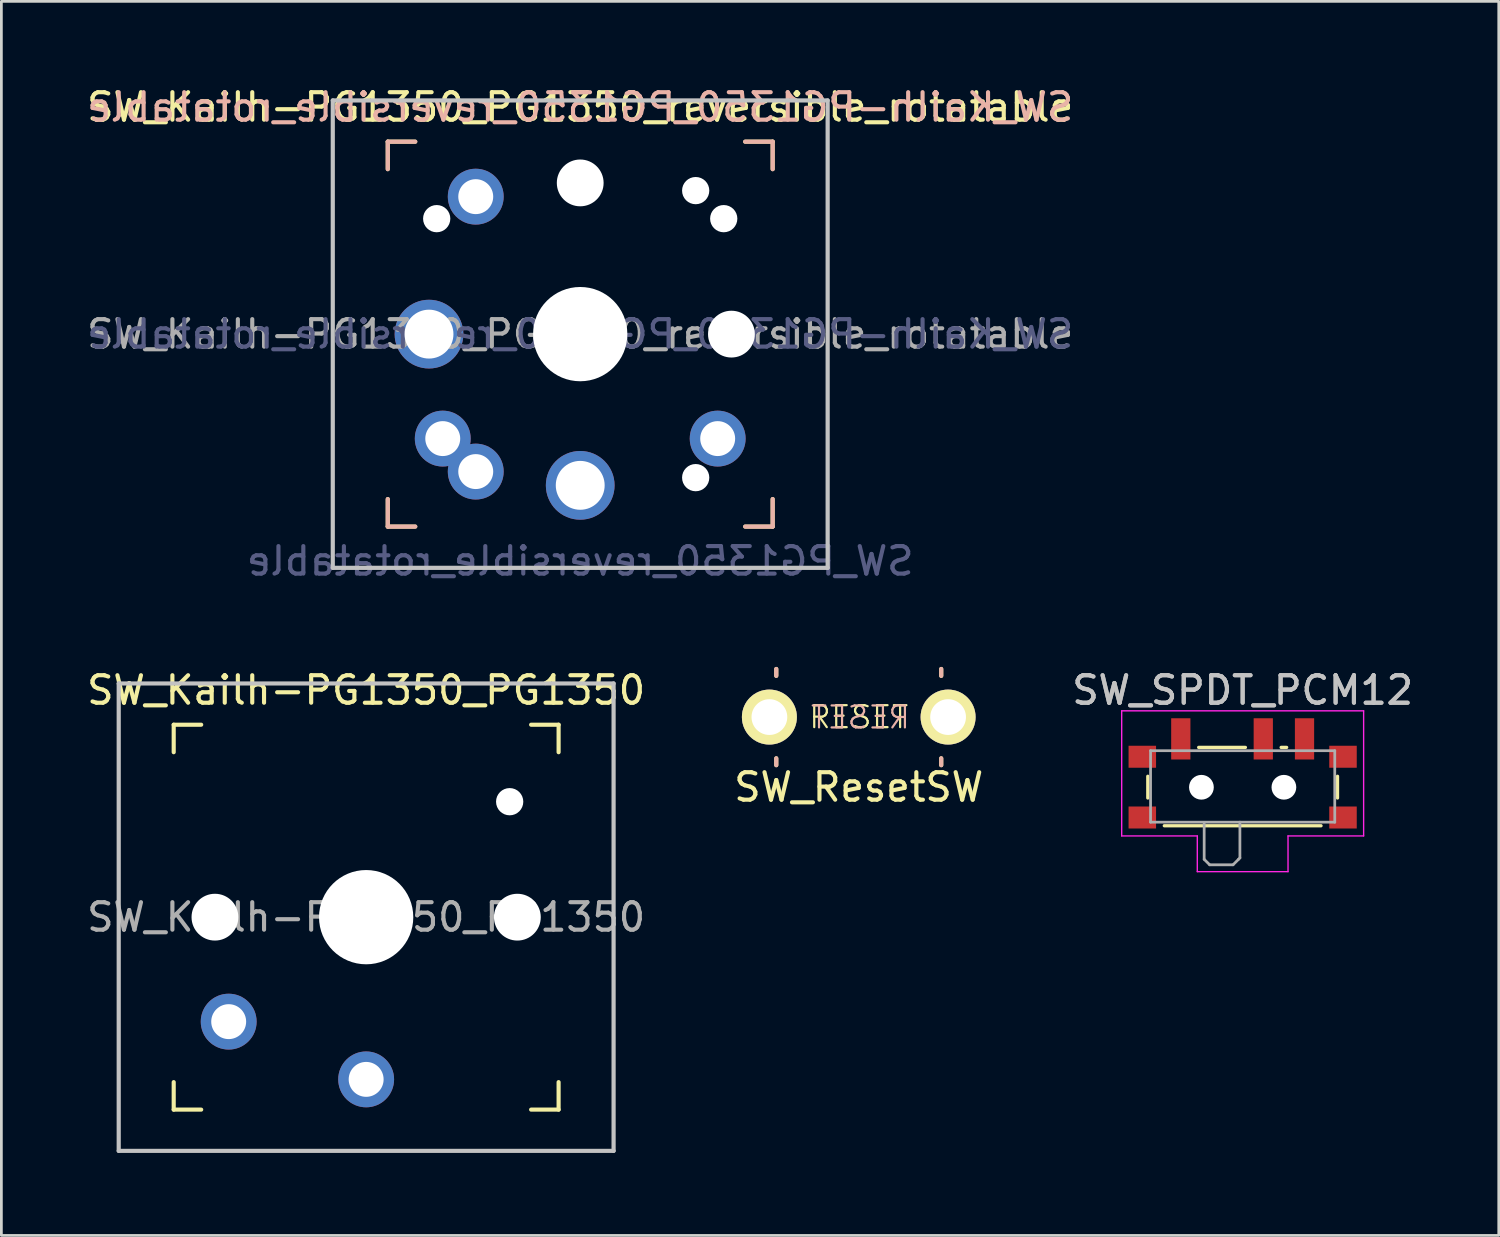
<source format=kicad_pcb>
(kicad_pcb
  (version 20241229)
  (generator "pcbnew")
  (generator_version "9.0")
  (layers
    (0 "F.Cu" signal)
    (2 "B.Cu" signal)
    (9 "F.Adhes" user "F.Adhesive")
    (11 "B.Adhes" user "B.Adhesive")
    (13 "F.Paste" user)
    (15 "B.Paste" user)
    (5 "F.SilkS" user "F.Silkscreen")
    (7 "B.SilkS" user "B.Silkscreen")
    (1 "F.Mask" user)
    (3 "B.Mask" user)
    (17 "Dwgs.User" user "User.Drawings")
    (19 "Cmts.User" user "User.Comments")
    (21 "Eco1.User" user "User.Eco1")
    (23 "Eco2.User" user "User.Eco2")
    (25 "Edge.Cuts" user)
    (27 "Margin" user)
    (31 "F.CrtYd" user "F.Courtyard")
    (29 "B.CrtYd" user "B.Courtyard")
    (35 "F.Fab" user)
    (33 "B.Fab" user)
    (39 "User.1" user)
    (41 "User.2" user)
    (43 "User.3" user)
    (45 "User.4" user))
  (footprint "SW_SPDT_PCM12"
    (layer "F.Cu")
    (at 42.149 25.255)
    (property "Reference" "SW_SPDT_PCM12" (at 0 -3.2 180) (layer "Dwgs.User") (effects (font (size 1 1) (thickness 0.15))))
    (attr smd)
    (fp_line (start -3.45 -0.07) (end -3.45 0.72) (stroke (width 0.12) (type solid)) (layer "F.SilkS"))
    (fp_line (start -2.85 1.73) (end 2.85 1.73) (stroke (width 0.12) (type solid)) (layer "F.SilkS"))
    (fp_line (start -1.6 -1.12) (end 0.1 -1.12) (stroke (width 0.12) (type solid)) (layer "F.SilkS"))
    (fp_line (start 1.4 -1.12) (end 1.6 -1.12) (stroke (width 0.12) (type solid)) (layer "F.SilkS"))
    (fp_line (start 3.45 0.72) (end 3.45 -0.07) (stroke (width 0.12) (type solid)) (layer "F.SilkS"))
    (fp_line (start -4.4 -2.45) (end 4.4 -2.45) (stroke (width 0.05) (type solid)) (layer "F.CrtYd"))
    (fp_line (start -4.4 2.1) (end -4.4 -2.45) (stroke (width 0.05) (type solid)) (layer "F.CrtYd"))
    (fp_line (start -1.65 2.1) (end -4.4 2.1) (stroke (width 0.05) (type solid)) (layer "F.CrtYd"))
    (fp_line (start -1.65 3.4) (end -1.65 2.1) (stroke (width 0.05) (type solid)) (layer "F.CrtYd"))
    (fp_line (start 1.65 2.1) (end 1.65 3.4) (stroke (width 0.05) (type solid)) (layer "F.CrtYd"))
    (fp_line (start 1.65 3.4) (end -1.65 3.4) (stroke (width 0.05) (type solid)) (layer "F.CrtYd"))
    (fp_line (start 4.4 -2.45) (end 4.4 2.1) (stroke (width 0.05) (type solid)) (layer "F.CrtYd"))
    (fp_line (start 4.4 2.1) (end 1.65 2.1) (stroke (width 0.05) (type solid)) (layer "F.CrtYd"))
    (fp_line (start -3.35 -1) (end -3.35 1.6) (stroke (width 0.1) (type solid)) (layer "F.Fab"))
    (fp_line (start -3.35 1.6) (end 3.35 1.6) (stroke (width 0.1) (type solid)) (layer "F.Fab"))
    (fp_line (start -1.4 1.65) (end -1.4 2.95) (stroke (width 0.1) (type solid)) (layer "F.Fab"))
    (fp_line (start -1.4 2.95) (end -1.2 3.15) (stroke (width 0.1) (type solid)) (layer "F.Fab"))
    (fp_line (start -1.2 3.15) (end -0.35 3.15) (stroke (width 0.1) (type solid)) (layer "F.Fab"))
    (fp_line (start -0.35 3.15) (end -0.15 2.95) (stroke (width 0.1) (type solid)) (layer "F.Fab"))
    (fp_line (start -0.15 2.95) (end -0.1 2.9) (stroke (width 0.1) (type solid)) (layer "F.Fab"))
    (fp_line (start -0.1 2.9) (end -0.1 1.6) (stroke (width 0.1) (type solid)) (layer "F.Fab"))
    (fp_line (start 3.35 -1) (end -3.35 -1) (stroke (width 0.1) (type solid)) (layer "F.Fab"))
    (fp_line (start 3.35 1.6) (end 3.35 -1) (stroke (width 0.1) (type solid)) (layer "F.Fab"))
    (fp_text user "${REFERENCE}" (at 0 -3.2 180) (layer "F.Fab") (effects (font (size 1 1) (thickness 0.15))))
    (pad "" smd rect (at -3.65 -0.78) (size 1 0.8) (layers "F.Cu" "F.Mask" "F.Paste"))
    (pad "" smd rect (at -3.65 1.43) (size 1 0.8) (layers "F.Cu" "F.Mask" "F.Paste"))
    (pad "" np_thru_hole circle (at -1.5 0.33) (size 0.9 0.9) (drill 0.9) (layers "*.Cu" "*.Mask"))
    (pad "" np_thru_hole circle (at 1.5 0.33) (size 0.9 0.9) (drill 0.9) (layers "*.Cu" "*.Mask"))
    (pad "" smd rect (at 3.65 -0.78) (size 1 0.8) (layers "F.Cu" "F.Mask" "F.Paste"))
    (pad "" smd rect (at 3.65 1.43) (size 1 0.8) (layers "F.Cu" "F.Mask" "F.Paste"))
    (pad "1" smd rect (at -2.25 -1.43) (size 0.7 1.5) (layers "F.Cu" "F.Mask" "F.Paste"))
    (pad "2" smd rect (at 0.75 -1.43) (size 0.7 1.5) (layers "F.Cu" "F.Mask" "F.Paste"))
    (pad "3" smd rect (at 2.25 -1.43) (size 0.7 1.5) (layers "F.Cu" "F.Mask" "F.Paste")))
  (footprint "SW_ResetSW"
    (layer "F.Cu")
    (at 28.185 23.032)
    (property "Reference" "SW_ResetSW" (at 0 2.55 0) (layer "F.SilkS") (effects (font (size 1 1) (thickness 0.15))))
    (attr through_hole)
    (fp_line (start -3 -1.75) (end -3 -1.5) (stroke (width 0.15) (type solid)) (layer "F.SilkS"))
    (fp_line (start -3 1.75) (end -3 1.5) (stroke (width 0.15) (type solid)) (layer "F.SilkS"))
    (fp_line (start 3 -1.75) (end 3 -1.5) (stroke (width 0.15) (type solid)) (layer "F.SilkS"))
    (fp_line (start 3 1.75) (end 3 1.5) (stroke (width 0.15) (type solid)) (layer "F.SilkS"))
    (fp_line (start -3 -1.5) (end -3 -1.75) (stroke (width 0.15) (type solid)) (layer "B.SilkS"))
    (fp_line (start -3 1.75) (end -3 1.5) (stroke (width 0.15) (type solid)) (layer "B.SilkS"))
    (fp_line (start 3 -1.75) (end 3 -1.5) (stroke (width 0.15) (type solid)) (layer "B.SilkS"))
    (fp_line (start 3 1.5) (end 3 1.75) (stroke (width 0.15) (type solid)) (layer "B.SilkS"))
    (fp_text user "RESET" (at 0 0 0) (layer "F.SilkS") (effects (font (size 0.8 0.8) (thickness 0.08))))
    (fp_text user "RESET" (at 0.06 0.01 0) (layer "B.SilkS") (effects (font (size 0.8 0.8) (thickness 0.08)) (justify mirror)))
    (pad "1" thru_hole circle (at 3.25 0) (size 2 2) (drill 1.3) (layers "*.Cu" "*.Mask" "F.SilkS"))
    (pad "2" thru_hole circle (at -3.25 0) (size 2 2) (drill 1.3) (layers "*.Cu" "*.Mask" "F.SilkS")))
  (footprint "SW_Kailh-PG1350_PG1350"
    (layer "F.Cu")
    (at 10.268 30.31)
    (property "Reference" "SW_Kailh-PG1350_PG1350" (at 0 -8.255 0) (layer "F.SilkS") (effects (font (size 1 1) (thickness 0.15))))
    (attr through_hole)
    (fp_line (start -7 -6) (end -7 -7) (stroke (width 0.15) (type solid)) (layer "F.SilkS"))
    (fp_line (start -7 7) (end -7 6) (stroke (width 0.15) (type solid)) (layer "F.SilkS"))
    (fp_line (start -7 7) (end -6 7) (stroke (width 0.15) (type solid)) (layer "F.SilkS"))
    (fp_line (start -6 -7) (end -7 -7) (stroke (width 0.15) (type solid)) (layer "F.SilkS"))
    (fp_line (start 6 7) (end 7 7) (stroke (width 0.15) (type solid)) (layer "F.SilkS"))
    (fp_line (start 7 -7) (end 6 -7) (stroke (width 0.15) (type solid)) (layer "F.SilkS"))
    (fp_line (start 7 -7) (end 7 -6) (stroke (width 0.15) (type solid)) (layer "F.SilkS"))
    (fp_line (start 7 6) (end 7 7) (stroke (width 0.15) (type solid)) (layer "F.SilkS"))
    (fp_line (start -9 -8.5) (end 9 -8.5) (stroke (width 0.152) (type solid)) (layer "Dwgs.User"))
    (fp_line (start -9 8.5) (end -9 -8.5) (stroke (width 0.152) (type solid)) (layer "Dwgs.User"))
    (fp_line (start 9 -8.5) (end 9 8.5) (stroke (width 0.152) (type solid)) (layer "Dwgs.User"))
    (fp_line (start 9 8.5) (end -9 8.5) (stroke (width 0.152) (type solid)) (layer "Dwgs.User"))
    (fp_line (start -6.9 6.9) (end -6.9 -6.9) (stroke (width 0.15) (type solid)) (layer "Eco2.User"))
    (fp_line (start -6.9 6.9) (end 6.9 6.9) (stroke (width 0.15) (type solid)) (layer "Eco2.User"))
    (fp_line (start -2.6 -3.1) (end -2.6 -6.3) (stroke (width 0.15) (type solid)) (layer "Eco2.User"))
    (fp_line (start -2.6 -3.1) (end 2.6 -3.1) (stroke (width 0.15) (type solid)) (layer "Eco2.User"))
    (fp_line (start 2.6 -6.3) (end -2.6 -6.3) (stroke (width 0.15) (type solid)) (layer "Eco2.User"))
    (fp_line (start 2.6 -3.1) (end 2.6 -6.3) (stroke (width 0.15) (type solid)) (layer "Eco2.User"))
    (fp_line (start 6.9 -6.9) (end -6.9 -6.9) (stroke (width 0.15) (type solid)) (layer "Eco2.User"))
    (fp_line (start 6.9 -6.9) (end 6.9 6.9) (stroke (width 0.15) (type solid)) (layer "Eco2.User"))
    (fp_text user "${REFERENCE}" (at 0 0 0) (layer "F.Fab") (effects (font (size 1 1) (thickness 0.15))))
    (pad "" np_thru_hole circle (at -5.5 0) (size 1.702 1.702) (drill 1.702) (layers "*.Cu" "*.Mask"))
    (pad "" np_thru_hole circle (at 0 0) (size 3.429 3.429) (drill 3.429) (layers "*.Cu" "*.Mask"))
    (pad "" np_thru_hole circle (at 5.22 -4.2) (size 0.991 0.991) (drill 0.991) (layers "*.Cu" "*.Mask"))
    (pad "" np_thru_hole circle (at 5.5 0) (size 1.702 1.702) (drill 1.702) (layers "*.Cu" "*.Mask"))
    (pad "1" thru_hole circle (at 0 5.9) (size 2.032 2.032) (drill 1.27) (layers "*.Cu" "*.Mask"))
    (pad "2" thru_hole circle (at -5 3.8) (size 2.032 2.032) (drill 1.27) (layers "*.Cu" "*.Mask")))
  (footprint "SW_Kailh-PG1350_PG1350_reversible_rotatable"
    (layer "F.Cu")
    (at 18.054 9.103)
    (property "Reference" "SW_Kailh-PG1350_PG1350_reversible_rotatable" (at 0 -8.255 0) (layer "F.SilkS") (effects (font (size 1 1) (thickness 0.15))))
    (property "Value" "SW_PG1350_reversible_rotatable" (at 0 8.255 0) (layer "F.Fab") (hide yes) (effects (font (size 1 1) (thickness 0.15))))
    (attr through_hole)
    (fp_line (start -7 -7) (end -6 -7) (stroke (width 0.15) (type solid)) (layer "F.SilkS"))
    (fp_line (start -7 -6) (end -7 -7) (stroke (width 0.15) (type solid)) (layer "F.SilkS"))
    (fp_line (start -7 7) (end -7 6) (stroke (width 0.15) (type solid)) (layer "F.SilkS"))
    (fp_line (start -6 7) (end -7 7) (stroke (width 0.15) (type solid)) (layer "F.SilkS"))
    (fp_line (start 6 -7) (end 7 -7) (stroke (width 0.15) (type solid)) (layer "F.SilkS"))
    (fp_line (start 7 -7) (end 7 -6) (stroke (width 0.15) (type solid)) (layer "F.SilkS"))
    (fp_line (start 7 6) (end 7 7) (stroke (width 0.15) (type solid)) (layer "F.SilkS"))
    (fp_line (start 7 7) (end 6 7) (stroke (width 0.15) (type solid)) (layer "F.SilkS"))
    (fp_line (start -7 -7) (end -6 -7) (stroke (width 0.15) (type solid)) (layer "B.SilkS"))
    (fp_line (start -7 -6) (end -7 -7) (stroke (width 0.15) (type solid)) (layer "B.SilkS"))
    (fp_line (start -7 7) (end -7 6) (stroke (width 0.15) (type solid)) (layer "B.SilkS"))
    (fp_line (start -6 7) (end -7 7) (stroke (width 0.15) (type solid)) (layer "B.SilkS"))
    (fp_line (start 6 -7) (end 7 -7) (stroke (width 0.15) (type solid)) (layer "B.SilkS"))
    (fp_line (start 7 -7) (end 7 -6) (stroke (width 0.15) (type solid)) (layer "B.SilkS"))
    (fp_line (start 7 6) (end 7 7) (stroke (width 0.15) (type solid)) (layer "B.SilkS"))
    (fp_line (start 7 7) (end 6 7) (stroke (width 0.15) (type solid)) (layer "B.SilkS"))
    (fp_line (start -9 -8.5) (end 9 -8.5) (stroke (width 0.152) (type solid)) (layer "Dwgs.User"))
    (fp_line (start -9 8.5) (end -9 -8.5) (stroke (width 0.152) (type solid)) (layer "Dwgs.User"))
    (fp_line (start 9 -8.5) (end 9 8.5) (stroke (width 0.152) (type solid)) (layer "Dwgs.User"))
    (fp_line (start 9 8.5) (end -9 8.5) (stroke (width 0.152) (type solid)) (layer "Dwgs.User"))
    (fp_line (start -6.9 6.9) (end -6.9 -6.9) (stroke (width 0.15) (type solid)) (layer "Eco2.User"))
    (fp_line (start -6.9 6.9) (end 6.9 6.9) (stroke (width 0.15) (type solid)) (layer "Eco2.User"))
    (fp_line (start -2.6 -3.1) (end -2.6 -6.3) (stroke (width 0.15) (type solid)) (layer "Eco2.User"))
    (fp_line (start -2.6 -3.1) (end 2.6 -3.1) (stroke (width 0.15) (type solid)) (layer "Eco2.User"))
    (fp_line (start 2.6 -6.3) (end -2.6 -6.3) (stroke (width 0.15) (type solid)) (layer "Eco2.User"))
    (fp_line (start 2.6 -3.1) (end 2.6 -6.3) (stroke (width 0.15) (type solid)) (layer "Eco2.User"))
    (fp_line (start 6.9 -6.9) (end -6.9 -6.9) (stroke (width 0.15) (type solid)) (layer "Eco2.User"))
    (fp_line (start 6.9 -6.9) (end 6.9 6.9) (stroke (width 0.15) (type solid)) (layer "Eco2.User"))
    (fp_text user "${REFERENCE}" (at 0 -8.255 0) (layer "B.SilkS") (effects (font (size 1 1) (thickness 0.15)) (justify mirror)))
    (fp_text user "${REFERENCE}" (at 0 0 0) (layer "B.Fab") (effects (font (size 1 1) (thickness 0.15)) (justify mirror)))
    (fp_text user "${VALUE}" (at 0 8.255 0) (layer "B.Fab") (effects (font (size 1 1) (thickness 0.15)) (justify mirror)))
    (fp_text user "${REFERENCE}" (at 0 0 0) (layer "F.Fab") (effects (font (size 1 1) (thickness 0.15))))
    (pad "" np_thru_hole circle (at -5.22 -4.2) (size 0.991 0.991) (drill 0.991) (layers "*.Cu" "*.Mask"))
    (pad "" np_thru_hole circle (at 0 -5.5) (size 1.702 1.702) (drill 1.702) (layers "*.Cu" "*.Mask"))
    (pad "" np_thru_hole circle (at 0 0) (size 3.429 3.429) (drill 3.429) (layers "*.Cu" "*.Mask"))
    (pad "" np_thru_hole circle (at 4.2 -5.22) (size 0.991 0.991) (drill 0.991) (layers "*.Cu" "*.Mask"))
    (pad "" np_thru_hole circle (at 4.2 5.22) (size 0.991 0.991) (drill 0.991) (layers "*.Cu" "*.Mask"))
    (pad "" np_thru_hole circle (at 5.22 -4.2) (size 0.991 0.991) (drill 0.991) (layers "*.Cu" "*.Mask"))
    (pad "" np_thru_hole circle (at 5.5 0) (size 1.702 1.702) (drill 1.702) (layers "*.Cu" "*.Mask"))
    (pad "1" thru_hole circle (at -5.5 0) (size 2.5 2.5) (drill 1.778) (layers "*.Cu" "*.Mask"))
    (pad "1" thru_hole circle (at 0 5.5) (size 2.5 2.5) (drill 1.778) (layers "*.Cu" "*.Mask"))
    (pad "2" thru_hole circle (at -5 3.8) (size 2.032 2.032) (drill 1.27) (layers "*.Cu" "*.Mask"))
    (pad "2" thru_hole circle (at -3.8 -5) (size 2.032 2.032) (drill 1.27) (layers "*.Cu" "*.Mask"))
    (pad "2" thru_hole circle (at -3.8 5) (size 2.032 2.032) (drill 1.27) (layers "*.Cu" "*.Mask"))
    (pad "2" thru_hole circle (at 5 3.8) (size 2.032 2.032) (drill 1.27) (layers "*.Cu" "*.Mask")))
  (gr_rect
    (start -3 -3)
    (end 51.464 41.886)
    (stroke (width 0.1) (type default))
    (fill no)
    (layer "Edge.Cuts")))
</source>
